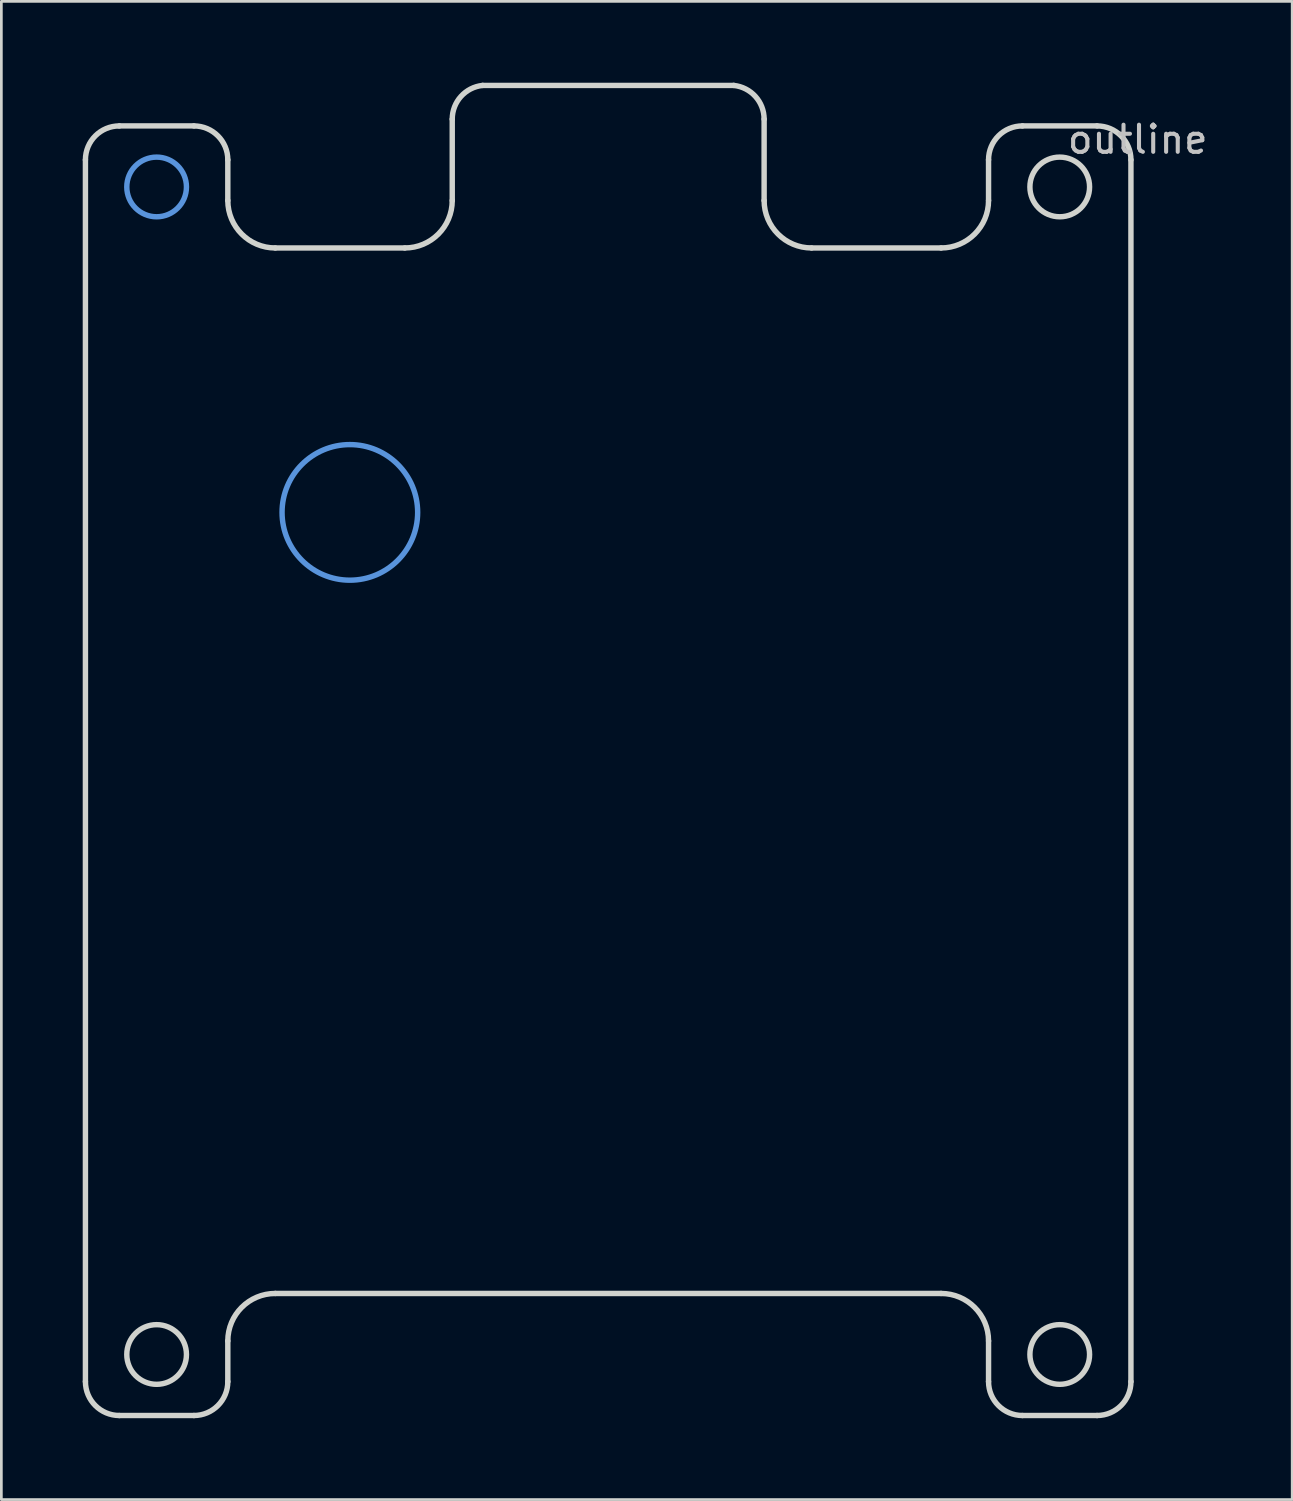
<source format=kicad_pcb>
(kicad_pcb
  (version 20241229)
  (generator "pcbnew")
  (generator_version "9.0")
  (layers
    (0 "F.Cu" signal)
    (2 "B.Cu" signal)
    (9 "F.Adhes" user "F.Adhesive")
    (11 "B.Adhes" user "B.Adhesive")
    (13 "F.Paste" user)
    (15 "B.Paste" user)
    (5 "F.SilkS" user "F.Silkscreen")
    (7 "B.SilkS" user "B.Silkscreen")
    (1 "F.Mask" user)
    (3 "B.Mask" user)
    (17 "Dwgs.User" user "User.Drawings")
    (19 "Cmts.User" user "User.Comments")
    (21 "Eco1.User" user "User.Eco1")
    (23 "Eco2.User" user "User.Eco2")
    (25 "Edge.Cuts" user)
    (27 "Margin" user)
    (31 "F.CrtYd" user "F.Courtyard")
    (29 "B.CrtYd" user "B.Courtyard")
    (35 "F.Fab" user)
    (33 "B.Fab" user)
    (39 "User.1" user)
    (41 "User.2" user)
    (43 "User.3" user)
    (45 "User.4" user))
  (footprint "outline"
    (layer "F.Cu")
    (at 38.9 1.593)
    (property "Reference" "outline" (at 0 0.5 0) (layer "Dwgs.User") (effects (font (size 1 1) (thickness 0.15))))
    (attr through_hole)
    (fp_circle (center -36.175 2.25) (end -35.075 2.25) (stroke (width 0.2) (type solid)) (fill no) (layer "Cmts.User"))
    (fp_circle (center -29.05 14.25) (end -26.55 14.25) (stroke (width 0.2) (type solid)) (fill no) (layer "Cmts.User"))
    (fp_line (start -38.8 46.3) (end -38.8 1.25) (stroke (width 0.2) (type solid)) (layer "Edge.Cuts"))
    (fp_line (start -37.55 -0.000001) (end -34.8 -0.000001) (stroke (width 0.2) (type solid)) (layer "Edge.Cuts"))
    (fp_line (start -34.8 47.55) (end -37.55 47.55) (stroke (width 0.2) (type solid)) (layer "Edge.Cuts"))
    (fp_line (start -33.55 1.25) (end -33.55 2.75) (stroke (width 0.2) (type solid)) (layer "Edge.Cuts"))
    (fp_line (start -33.55 44.8) (end -33.55 46.3) (stroke (width 0.2) (type solid)) (layer "Edge.Cuts"))
    (fp_line (start -31.8 4.5) (end -27.025 4.5) (stroke (width 0.2) (type solid)) (layer "Edge.Cuts"))
    (fp_line (start -25.275 2.75) (end -25.275 -0.25) (stroke (width 0.2) (type solid)) (layer "Edge.Cuts"))
    (fp_line (start -24.153 -1.493) (end -14.897 -1.493) (stroke (width 0.2) (type solid)) (layer "Edge.Cuts"))
    (fp_line (start -13.775 -0.25) (end -13.775 2.75) (stroke (width 0.2) (type solid)) (layer "Edge.Cuts"))
    (fp_line (start -12.025 4.5) (end -7.25 4.5) (stroke (width 0.2) (type solid)) (layer "Edge.Cuts"))
    (fp_line (start -7.25 43.05) (end -31.8 43.05) (stroke (width 0.2) (type solid)) (layer "Edge.Cuts"))
    (fp_line (start -5.5 2.75) (end -5.5 1.25) (stroke (width 0.2) (type solid)) (layer "Edge.Cuts"))
    (fp_line (start -5.5 46.3) (end -5.5 44.8) (stroke (width 0.2) (type solid)) (layer "Edge.Cuts"))
    (fp_line (start -4.25 -0.000001) (end -1.5 0) (stroke (width 0.2) (type solid)) (layer "Edge.Cuts"))
    (fp_line (start -1.5 47.55) (end -4.25 47.55) (stroke (width 0.2) (type solid)) (layer "Edge.Cuts"))
    (fp_line (start -0.25 1.25) (end -0.25 46.3) (stroke (width 0.2) (type solid)) (layer "Edge.Cuts"))
    (fp_arc (start -38.8 1.25) (mid -38.433884 0.366116) (end -37.550001 -0.000001) (stroke (width 0.2) (type solid)) (layer "Edge.Cuts"))
    (fp_arc (start -37.550001 47.549999) (mid -38.433884 47.183882) (end -38.800001 46.299999) (stroke (width 0.2) (type solid)) (layer "Edge.Cuts"))
    (fp_arc (start -34.8 -0.000001) (mid -33.916117 0.366116) (end -33.55 1.249999) (stroke (width 0.2) (type solid)) (layer "Edge.Cuts"))
    (fp_arc (start -33.550001 46.299998) (mid -33.916117 47.183882) (end -34.8 47.549999) (stroke (width 0.2) (type solid)) (layer "Edge.Cuts"))
    (fp_arc (start -33.55 44.799997) (mid -33.037436 43.562561) (end -31.8 43.049999) (stroke (width 0.2) (type solid)) (layer "Edge.Cuts"))
    (fp_arc (start -31.8 4.499999) (mid -33.037437 3.987436) (end -33.55 2.749999) (stroke (width 0.2) (type solid)) (layer "Edge.Cuts"))
    (fp_arc (start -25.275001 2.749999) (mid -25.787564 3.987435) (end -27.025 4.499998) (stroke (width 0.2) (type solid)) (layer "Edge.Cuts"))
    (fp_arc (start -25.275 -0.25) (mid -24.953104 -1.087332) (end -24.153203 -1.493409) (stroke (width 0.2) (type solid)) (layer "Edge.Cuts"))
    (fp_arc (start -14.896798 -1.493409) (mid -14.096897 -1.087332) (end -13.775 -0.250001) (stroke (width 0.2) (type solid)) (layer "Edge.Cuts"))
    (fp_arc (start -12.025 4.5) (mid -13.262437 3.987437) (end -13.775 2.75) (stroke (width 0.2) (type solid)) (layer "Edge.Cuts"))
    (fp_arc (start -7.250001 43.049999) (mid -6.012564 43.562562) (end -5.500001 44.799999) (stroke (width 0.2) (type solid)) (layer "Edge.Cuts"))
    (fp_arc (start -5.500002 2.75) (mid -6.012565 3.987435) (end -7.25 4.499998) (stroke (width 0.2) (type solid)) (layer "Edge.Cuts"))
    (fp_arc (start -5.500001 1.25) (mid -5.133884 0.366116) (end -4.25 -0.000001) (stroke (width 0.2) (type solid)) (layer "Edge.Cuts"))
    (fp_arc (start -4.250001 47.549999) (mid -5.133884 47.183882) (end -5.500001 46.299999) (stroke (width 0.2) (type solid)) (layer "Edge.Cuts"))
    (fp_arc (start -1.5 0) (mid -0.616117 0.366117) (end -0.25 1.25) (stroke (width 0.2) (type solid)) (layer "Edge.Cuts"))
    (fp_arc (start -0.25 46.299999) (mid -0.616117 47.183882) (end -1.5 47.549999) (stroke (width 0.2) (type solid)) (layer "Edge.Cuts"))
    (fp_circle (center -36.175 45.3) (end -37.275 45.3) (stroke (width 0.2) (type solid)) (fill no) (layer "Edge.Cuts"))
    (fp_circle (center -2.875 2.25) (end -3.975 2.25) (stroke (width 0.2) (type solid)) (fill no) (layer "Edge.Cuts"))
    (fp_circle (center -2.875 45.3) (end -3.975 45.3) (stroke (width 0.2) (type solid)) (fill no) (layer "Edge.Cuts")))
  (gr_rect
    (start -3 -3)
    (end 44.596 52.243)
    (stroke (width 0.1) (type default))
    (fill no)
    (layer "Edge.Cuts")))
</source>
